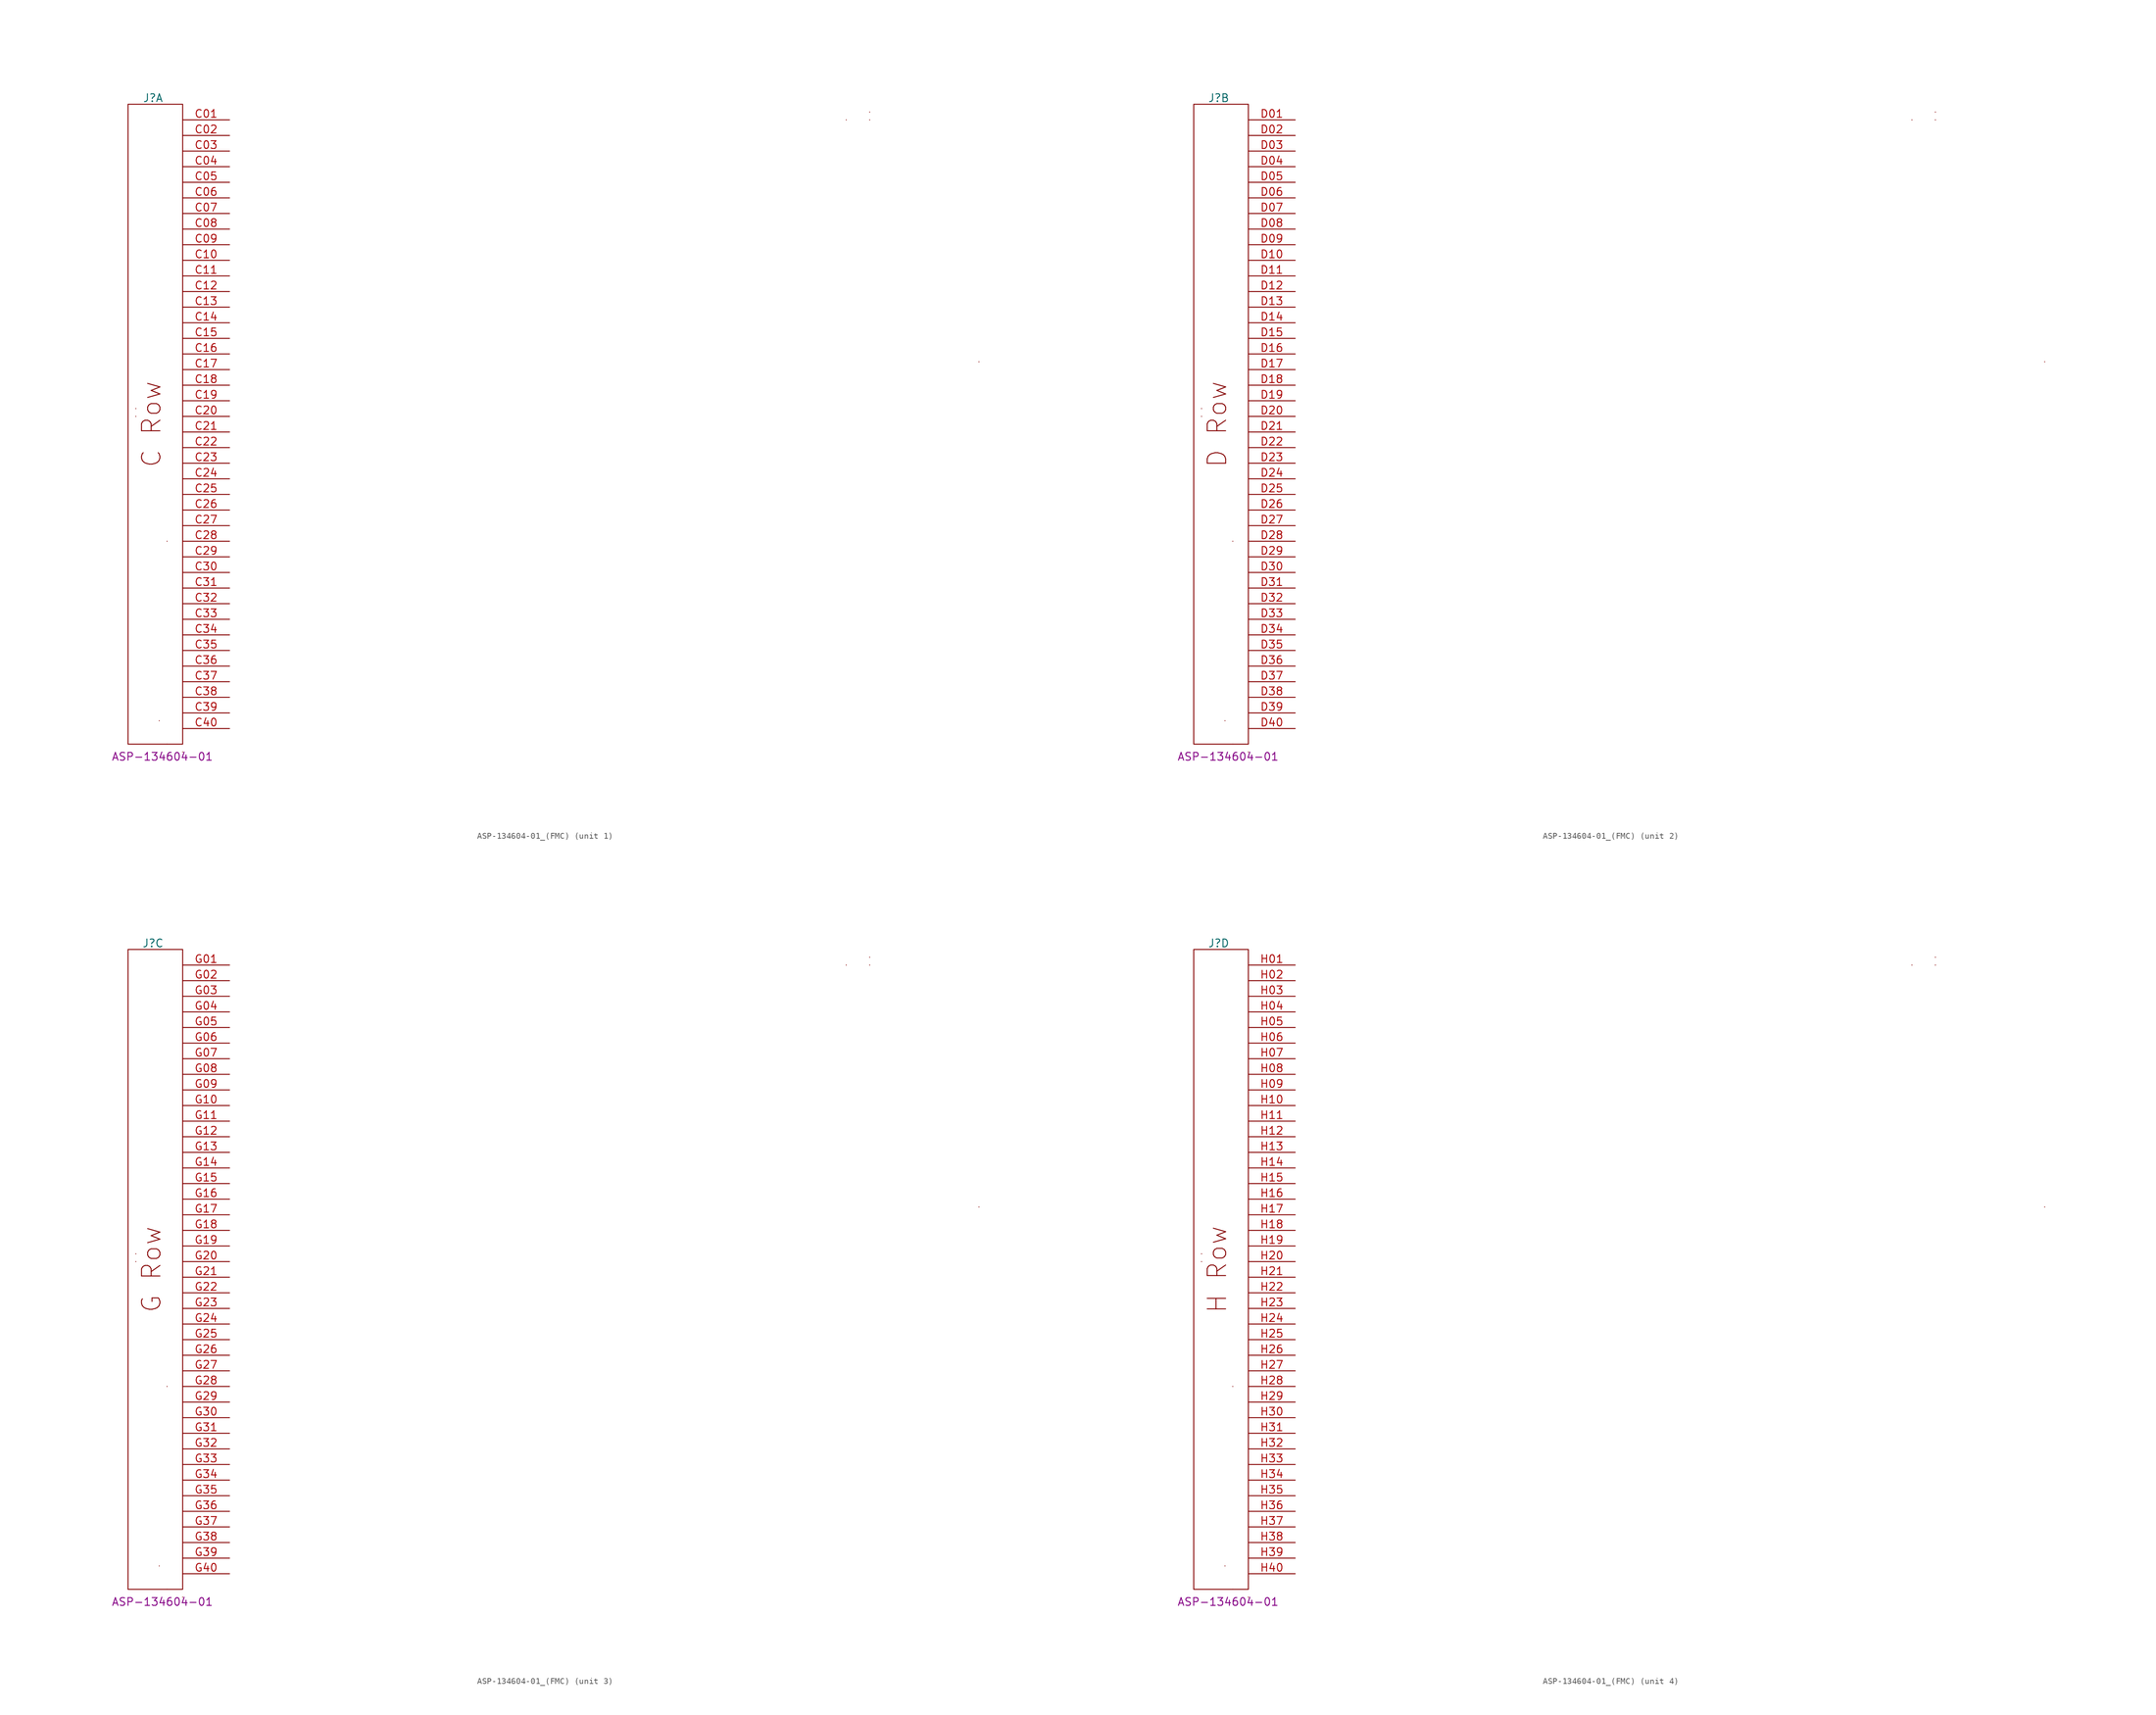
<source format=kicad_sym>
(kicad_symbol_lib
  (version 20220914)
  (generator kicad_symbol_editor)
  (symbol "ASP-134604-01_(FMC)"
    (pin_names
      (offset 1.016))
    (property "Reference" "J"
      (at 4.064 1.016 0)
      (effects (font (size 1.27 1.27))))
    (property "Datasheet" ""
      (at 6.35 0 0)
      (effects (font (size 1.524 1.524))))
    (property "Component Value" "ASP-134604-01"
      (at 5.588 -106.172 0)
      (effects (font (size 1.27 1.27))))
    (symbol "ASP-134604-01_(FMC)_0_1"
      (rectangle (start 1.27 -50.8) (end 1.27 -50.8) (stroke (width 0) (type default)) (fill (type none)))
      (rectangle (start 1.27 -49.53) (end 1.27 -49.53) (stroke (width 0) (type default)) (fill (type none)))
      (rectangle (start 5.08 -100.33) (end 5.08 -100.33) (stroke (width 0) (type default)) (fill (type none)))
      (rectangle (start 6.35 -104.14) (end 6.35 -104.14) (stroke (width 0) (type default)) (fill (type none)))
      (rectangle (start 6.35 -71.12) (end 6.35 -71.12) (stroke (width 0) (type default)) (fill (type none)))
      (rectangle (start 8.89 -105.41) (end 8.89 -105.41) (stroke (width 0) (type default)) (fill (type none)))
      (rectangle (start 8.89 -104.14) (end 0 0) (stroke (width 0) (type default)) (fill (type none)))
      (rectangle (start 116.84 -2.54) (end 116.84 -2.54) (stroke (width 0) (type default)) (fill (type none)))
      (rectangle (start 120.65 -2.54) (end 120.65 -2.54) (stroke (width 0) (type default)) (fill (type none)))
      (rectangle (start 120.65 -1.27) (end 120.65 -1.27) (stroke (width 0) (type default)) (fill (type none)))
      (rectangle (start 138.43 -41.91) (end 138.43 -41.91) (stroke (width 0) (type default)) (fill (type none))))
    (symbol "ASP-134604-01_(FMC)_1_1"
      (text "C Row" (at 3.81 -52.07 900) (effects (font (size 2.997 2.997))))
      (pin bidirectional line (at 16.51 -2.54 180) (length 7.62) (name "~" (effects (font (size 1.27 1.27)))) (number "C01" (effects (font (size 1.27 1.27)))))
      (pin bidirectional line (at 16.51 -5.08 180) (length 7.62) (name "~" (effects (font (size 1.27 1.27)))) (number "C02" (effects (font (size 1.27 1.27)))))
      (pin bidirectional line (at 16.51 -7.62 180) (length 7.62) (name "~" (effects (font (size 1.27 1.27)))) (number "C03" (effects (font (size 1.27 1.27)))))
      (pin bidirectional line (at 16.51 -10.16 180) (length 7.62) (name "~" (effects (font (size 1.27 1.27)))) (number "C04" (effects (font (size 1.27 1.27)))))
      (pin bidirectional line (at 16.51 -12.7 180) (length 7.62) (name "~" (effects (font (size 1.27 1.27)))) (number "C05" (effects (font (size 1.27 1.27)))))
      (pin bidirectional line (at 16.51 -15.24 180) (length 7.62) (name "~" (effects (font (size 1.27 1.27)))) (number "C06" (effects (font (size 1.27 1.27)))))
      (pin bidirectional line (at 16.51 -17.78 180) (length 7.62) (name "~" (effects (font (size 1.27 1.27)))) (number "C07" (effects (font (size 1.27 1.27)))))
      (pin bidirectional line (at 16.51 -20.32 180) (length 7.62) (name "~" (effects (font (size 1.27 1.27)))) (number "C08" (effects (font (size 1.27 1.27)))))
      (pin bidirectional line (at 16.51 -22.86 180) (length 7.62) (name "~" (effects (font (size 1.27 1.27)))) (number "C09" (effects (font (size 1.27 1.27)))))
      (pin bidirectional line (at 16.51 -25.4 180) (length 7.62) (name "~" (effects (font (size 1.27 1.27)))) (number "C10" (effects (font (size 1.27 1.27)))))
      (pin bidirectional line (at 16.51 -27.94 180) (length 7.62) (name "~" (effects (font (size 1.27 1.27)))) (number "C11" (effects (font (size 1.27 1.27)))))
      (pin bidirectional line (at 16.51 -30.48 180) (length 7.62) (name "~" (effects (font (size 1.27 1.27)))) (number "C12" (effects (font (size 1.27 1.27)))))
      (pin bidirectional line (at 16.51 -33.02 180) (length 7.62) (name "~" (effects (font (size 1.27 1.27)))) (number "C13" (effects (font (size 1.27 1.27)))))
      (pin bidirectional line (at 16.51 -35.56 180) (length 7.62) (name "~" (effects (font (size 1.27 1.27)))) (number "C14" (effects (font (size 1.27 1.27)))))
      (pin bidirectional line (at 16.51 -38.1 180) (length 7.62) (name "~" (effects (font (size 1.27 1.27)))) (number "C15" (effects (font (size 1.27 1.27)))))
      (pin bidirectional line (at 16.51 -40.64 180) (length 7.62) (name "~" (effects (font (size 1.27 1.27)))) (number "C16" (effects (font (size 1.27 1.27)))))
      (pin bidirectional line (at 16.51 -43.18 180) (length 7.62) (name "~" (effects (font (size 1.27 1.27)))) (number "C17" (effects (font (size 1.27 1.27)))))
      (pin output line (at 16.51 -45.72 180) (length 7.62) (name "~" (effects (font (size 1.27 1.27)))) (number "C18" (effects (font (size 1.27 1.27)))))
      (pin bidirectional line (at 16.51 -48.26 180) (length 7.62) (name "~" (effects (font (size 1.27 1.27)))) (number "C19" (effects (font (size 1.27 1.27)))))
      (pin bidirectional line (at 16.51 -50.8 180) (length 7.62) (name "~" (effects (font (size 1.27 1.27)))) (number "C20" (effects (font (size 1.27 1.27)))))
      (pin bidirectional line (at 16.51 -53.34 180) (length 7.62) (name "~" (effects (font (size 1.27 1.27)))) (number "C21" (effects (font (size 1.27 1.27)))))
      (pin bidirectional line (at 16.51 -55.88 180) (length 7.62) (name "~" (effects (font (size 1.27 1.27)))) (number "C22" (effects (font (size 1.27 1.27)))))
      (pin bidirectional line (at 16.51 -58.42 180) (length 7.62) (name "~" (effects (font (size 1.27 1.27)))) (number "C23" (effects (font (size 1.27 1.27)))))
      (pin bidirectional line (at 16.51 -60.96 180) (length 7.62) (name "~" (effects (font (size 1.27 1.27)))) (number "C24" (effects (font (size 1.27 1.27)))))
      (pin bidirectional line (at 16.51 -63.5 180) (length 7.62) (name "~" (effects (font (size 1.27 1.27)))) (number "C25" (effects (font (size 1.27 1.27)))))
      (pin bidirectional line (at 16.51 -66.04 180) (length 7.62) (name "~" (effects (font (size 1.27 1.27)))) (number "C26" (effects (font (size 1.27 1.27)))))
      (pin bidirectional line (at 16.51 -68.58 180) (length 7.62) (name "~" (effects (font (size 1.27 1.27)))) (number "C27" (effects (font (size 1.27 1.27)))))
      (pin bidirectional line (at 16.51 -71.12 180) (length 7.62) (name "~" (effects (font (size 1.27 1.27)))) (number "C28" (effects (font (size 1.27 1.27)))))
      (pin bidirectional line (at 16.51 -73.66 180) (length 7.62) (name "~" (effects (font (size 1.27 1.27)))) (number "C29" (effects (font (size 1.27 1.27)))))
      (pin bidirectional line (at 16.51 -76.2 180) (length 7.62) (name "~" (effects (font (size 1.27 1.27)))) (number "C30" (effects (font (size 1.27 1.27)))))
      (pin bidirectional line (at 16.51 -78.74 180) (length 7.62) (name "~" (effects (font (size 1.27 1.27)))) (number "C31" (effects (font (size 1.27 1.27)))))
      (pin bidirectional line (at 16.51 -81.28 180) (length 7.62) (name "~" (effects (font (size 1.27 1.27)))) (number "C32" (effects (font (size 1.27 1.27)))))
      (pin bidirectional line (at 16.51 -83.82 180) (length 7.62) (name "~" (effects (font (size 1.27 1.27)))) (number "C33" (effects (font (size 1.27 1.27)))))
      (pin bidirectional line (at 16.51 -86.36 180) (length 7.62) (name "~" (effects (font (size 1.27 1.27)))) (number "C34" (effects (font (size 1.27 1.27)))))
      (pin power_in line (at 16.51 -88.9 180) (length 7.62) (name "~" (effects (font (size 1.27 1.27)))) (number "C35" (effects (font (size 1.27 1.27)))))
      (pin bidirectional line (at 16.51 -91.44 180) (length 7.62) (name "~" (effects (font (size 1.27 1.27)))) (number "C36" (effects (font (size 1.27 1.27)))))
      (pin bidirectional line (at 16.51 -93.98 180) (length 7.62) (name "~" (effects (font (size 1.27 1.27)))) (number "C37" (effects (font (size 1.27 1.27)))))
      (pin bidirectional line (at 16.51 -96.52 180) (length 7.62) (name "~" (effects (font (size 1.27 1.27)))) (number "C38" (effects (font (size 1.27 1.27)))))
      (pin bidirectional line (at 16.51 -99.06 180) (length 7.62) (name "~" (effects (font (size 1.27 1.27)))) (number "C39" (effects (font (size 1.27 1.27)))))
      (pin bidirectional line (at 16.51 -101.6 180) (length 7.62) (name "~" (effects (font (size 1.27 1.27)))) (number "C40" (effects (font (size 1.27 1.27))))))
    (symbol "ASP-134604-01_(FMC)_2_1"
      (text "D Row" (at 3.81 -52.07 900) (effects (font (size 2.997 2.997))))
      (pin bidirectional line (at 16.51 -2.54 180) (length 7.62) (name "~" (effects (font (size 1.27 1.27)))) (number "D01" (effects (font (size 1.27 1.27)))))
      (pin bidirectional line (at 16.51 -5.08 180) (length 7.62) (name "~" (effects (font (size 1.27 1.27)))) (number "D02" (effects (font (size 1.27 1.27)))))
      (pin bidirectional line (at 16.51 -7.62 180) (length 7.62) (name "~" (effects (font (size 1.27 1.27)))) (number "D03" (effects (font (size 1.27 1.27)))))
      (pin bidirectional line (at 16.51 -10.16 180) (length 7.62) (name "~" (effects (font (size 1.27 1.27)))) (number "D04" (effects (font (size 1.27 1.27)))))
      (pin bidirectional line (at 16.51 -12.7 180) (length 7.62) (name "~" (effects (font (size 1.27 1.27)))) (number "D05" (effects (font (size 1.27 1.27)))))
      (pin bidirectional line (at 16.51 -15.24 180) (length 7.62) (name "~" (effects (font (size 1.27 1.27)))) (number "D06" (effects (font (size 1.27 1.27)))))
      (pin bidirectional line (at 16.51 -17.78 180) (length 7.62) (name "~" (effects (font (size 1.27 1.27)))) (number "D07" (effects (font (size 1.27 1.27)))))
      (pin bidirectional line (at 16.51 -20.32 180) (length 7.62) (name "~" (effects (font (size 1.27 1.27)))) (number "D08" (effects (font (size 1.27 1.27)))))
      (pin bidirectional line (at 16.51 -22.86 180) (length 7.62) (name "~" (effects (font (size 1.27 1.27)))) (number "D09" (effects (font (size 1.27 1.27)))))
      (pin bidirectional line (at 16.51 -25.4 180) (length 7.62) (name "~" (effects (font (size 1.27 1.27)))) (number "D10" (effects (font (size 1.27 1.27)))))
      (pin bidirectional line (at 16.51 -27.94 180) (length 7.62) (name "~" (effects (font (size 1.27 1.27)))) (number "D11" (effects (font (size 1.27 1.27)))))
      (pin bidirectional line (at 16.51 -30.48 180) (length 7.62) (name "~" (effects (font (size 1.27 1.27)))) (number "D12" (effects (font (size 1.27 1.27)))))
      (pin bidirectional line (at 16.51 -33.02 180) (length 7.62) (name "~" (effects (font (size 1.27 1.27)))) (number "D13" (effects (font (size 1.27 1.27)))))
      (pin bidirectional line (at 16.51 -35.56 180) (length 7.62) (name "~" (effects (font (size 1.27 1.27)))) (number "D14" (effects (font (size 1.27 1.27)))))
      (pin bidirectional line (at 16.51 -38.1 180) (length 7.62) (name "~" (effects (font (size 1.27 1.27)))) (number "D15" (effects (font (size 1.27 1.27)))))
      (pin bidirectional line (at 16.51 -40.64 180) (length 7.62) (name "~" (effects (font (size 1.27 1.27)))) (number "D16" (effects (font (size 1.27 1.27)))))
      (pin bidirectional line (at 16.51 -43.18 180) (length 7.62) (name "~" (effects (font (size 1.27 1.27)))) (number "D17" (effects (font (size 1.27 1.27)))))
      (pin output line (at 16.51 -45.72 180) (length 7.62) (name "~" (effects (font (size 1.27 1.27)))) (number "D18" (effects (font (size 1.27 1.27)))))
      (pin bidirectional line (at 16.51 -48.26 180) (length 7.62) (name "~" (effects (font (size 1.27 1.27)))) (number "D19" (effects (font (size 1.27 1.27)))))
      (pin bidirectional line (at 16.51 -50.8 180) (length 7.62) (name "~" (effects (font (size 1.27 1.27)))) (number "D20" (effects (font (size 1.27 1.27)))))
      (pin bidirectional line (at 16.51 -53.34 180) (length 7.62) (name "~" (effects (font (size 1.27 1.27)))) (number "D21" (effects (font (size 1.27 1.27)))))
      (pin bidirectional line (at 16.51 -55.88 180) (length 7.62) (name "~" (effects (font (size 1.27 1.27)))) (number "D22" (effects (font (size 1.27 1.27)))))
      (pin bidirectional line (at 16.51 -58.42 180) (length 7.62) (name "~" (effects (font (size 1.27 1.27)))) (number "D23" (effects (font (size 1.27 1.27)))))
      (pin bidirectional line (at 16.51 -60.96 180) (length 7.62) (name "~" (effects (font (size 1.27 1.27)))) (number "D24" (effects (font (size 1.27 1.27)))))
      (pin bidirectional line (at 16.51 -63.5 180) (length 7.62) (name "~" (effects (font (size 1.27 1.27)))) (number "D25" (effects (font (size 1.27 1.27)))))
      (pin bidirectional line (at 16.51 -66.04 180) (length 7.62) (name "~" (effects (font (size 1.27 1.27)))) (number "D26" (effects (font (size 1.27 1.27)))))
      (pin bidirectional line (at 16.51 -68.58 180) (length 7.62) (name "~" (effects (font (size 1.27 1.27)))) (number "D27" (effects (font (size 1.27 1.27)))))
      (pin bidirectional line (at 16.51 -71.12 180) (length 7.62) (name "~" (effects (font (size 1.27 1.27)))) (number "D28" (effects (font (size 1.27 1.27)))))
      (pin bidirectional line (at 16.51 -73.66 180) (length 7.62) (name "~" (effects (font (size 1.27 1.27)))) (number "D29" (effects (font (size 1.27 1.27)))))
      (pin bidirectional line (at 16.51 -76.2 180) (length 7.62) (name "~" (effects (font (size 1.27 1.27)))) (number "D30" (effects (font (size 1.27 1.27)))))
      (pin bidirectional line (at 16.51 -78.74 180) (length 7.62) (name "~" (effects (font (size 1.27 1.27)))) (number "D31" (effects (font (size 1.27 1.27)))))
      (pin bidirectional line (at 16.51 -81.28 180) (length 7.62) (name "~" (effects (font (size 1.27 1.27)))) (number "D32" (effects (font (size 1.27 1.27)))))
      (pin bidirectional line (at 16.51 -83.82 180) (length 7.62) (name "~" (effects (font (size 1.27 1.27)))) (number "D33" (effects (font (size 1.27 1.27)))))
      (pin bidirectional line (at 16.51 -86.36 180) (length 7.62) (name "~" (effects (font (size 1.27 1.27)))) (number "D34" (effects (font (size 1.27 1.27)))))
      (pin power_in line (at 16.51 -88.9 180) (length 7.62) (name "~" (effects (font (size 1.27 1.27)))) (number "D35" (effects (font (size 1.27 1.27)))))
      (pin bidirectional line (at 16.51 -91.44 180) (length 7.62) (name "~" (effects (font (size 1.27 1.27)))) (number "D36" (effects (font (size 1.27 1.27)))))
      (pin bidirectional line (at 16.51 -93.98 180) (length 7.62) (name "~" (effects (font (size 1.27 1.27)))) (number "D37" (effects (font (size 1.27 1.27)))))
      (pin bidirectional line (at 16.51 -96.52 180) (length 7.62) (name "~" (effects (font (size 1.27 1.27)))) (number "D38" (effects (font (size 1.27 1.27)))))
      (pin bidirectional line (at 16.51 -99.06 180) (length 7.62) (name "~" (effects (font (size 1.27 1.27)))) (number "D39" (effects (font (size 1.27 1.27)))))
      (pin bidirectional line (at 16.51 -101.6 180) (length 7.62) (name "~" (effects (font (size 1.27 1.27)))) (number "D40" (effects (font (size 1.27 1.27))))))
    (symbol "ASP-134604-01_(FMC)_3_1"
      (text "G Row" (at 3.81 -52.07 900) (effects (font (size 2.997 2.997))))
      (pin bidirectional line (at 16.51 -2.54 180) (length 7.62) (name "~" (effects (font (size 1.27 1.27)))) (number "G01" (effects (font (size 1.27 1.27)))))
      (pin bidirectional line (at 16.51 -5.08 180) (length 7.62) (name "~" (effects (font (size 1.27 1.27)))) (number "G02" (effects (font (size 1.27 1.27)))))
      (pin bidirectional line (at 16.51 -7.62 180) (length 7.62) (name "~" (effects (font (size 1.27 1.27)))) (number "G03" (effects (font (size 1.27 1.27)))))
      (pin bidirectional line (at 16.51 -10.16 180) (length 7.62) (name "~" (effects (font (size 1.27 1.27)))) (number "G04" (effects (font (size 1.27 1.27)))))
      (pin bidirectional line (at 16.51 -12.7 180) (length 7.62) (name "~" (effects (font (size 1.27 1.27)))) (number "G05" (effects (font (size 1.27 1.27)))))
      (pin bidirectional line (at 16.51 -15.24 180) (length 7.62) (name "~" (effects (font (size 1.27 1.27)))) (number "G06" (effects (font (size 1.27 1.27)))))
      (pin bidirectional line (at 16.51 -17.78 180) (length 7.62) (name "~" (effects (font (size 1.27 1.27)))) (number "G07" (effects (font (size 1.27 1.27)))))
      (pin bidirectional line (at 16.51 -20.32 180) (length 7.62) (name "~" (effects (font (size 1.27 1.27)))) (number "G08" (effects (font (size 1.27 1.27)))))
      (pin bidirectional line (at 16.51 -22.86 180) (length 7.62) (name "~" (effects (font (size 1.27 1.27)))) (number "G09" (effects (font (size 1.27 1.27)))))
      (pin bidirectional line (at 16.51 -25.4 180) (length 7.62) (name "~" (effects (font (size 1.27 1.27)))) (number "G10" (effects (font (size 1.27 1.27)))))
      (pin bidirectional line (at 16.51 -27.94 180) (length 7.62) (name "~" (effects (font (size 1.27 1.27)))) (number "G11" (effects (font (size 1.27 1.27)))))
      (pin bidirectional line (at 16.51 -30.48 180) (length 7.62) (name "~" (effects (font (size 1.27 1.27)))) (number "G12" (effects (font (size 1.27 1.27)))))
      (pin bidirectional line (at 16.51 -33.02 180) (length 7.62) (name "~" (effects (font (size 1.27 1.27)))) (number "G13" (effects (font (size 1.27 1.27)))))
      (pin bidirectional line (at 16.51 -35.56 180) (length 7.62) (name "~" (effects (font (size 1.27 1.27)))) (number "G14" (effects (font (size 1.27 1.27)))))
      (pin bidirectional line (at 16.51 -38.1 180) (length 7.62) (name "~" (effects (font (size 1.27 1.27)))) (number "G15" (effects (font (size 1.27 1.27)))))
      (pin bidirectional line (at 16.51 -40.64 180) (length 7.62) (name "~" (effects (font (size 1.27 1.27)))) (number "G16" (effects (font (size 1.27 1.27)))))
      (pin bidirectional line (at 16.51 -43.18 180) (length 7.62) (name "~" (effects (font (size 1.27 1.27)))) (number "G17" (effects (font (size 1.27 1.27)))))
      (pin output line (at 16.51 -45.72 180) (length 7.62) (name "~" (effects (font (size 1.27 1.27)))) (number "G18" (effects (font (size 1.27 1.27)))))
      (pin bidirectional line (at 16.51 -48.26 180) (length 7.62) (name "~" (effects (font (size 1.27 1.27)))) (number "G19" (effects (font (size 1.27 1.27)))))
      (pin bidirectional line (at 16.51 -50.8 180) (length 7.62) (name "~" (effects (font (size 1.27 1.27)))) (number "G20" (effects (font (size 1.27 1.27)))))
      (pin bidirectional line (at 16.51 -53.34 180) (length 7.62) (name "~" (effects (font (size 1.27 1.27)))) (number "G21" (effects (font (size 1.27 1.27)))))
      (pin bidirectional line (at 16.51 -55.88 180) (length 7.62) (name "~" (effects (font (size 1.27 1.27)))) (number "G22" (effects (font (size 1.27 1.27)))))
      (pin bidirectional line (at 16.51 -58.42 180) (length 7.62) (name "~" (effects (font (size 1.27 1.27)))) (number "G23" (effects (font (size 1.27 1.27)))))
      (pin bidirectional line (at 16.51 -60.96 180) (length 7.62) (name "~" (effects (font (size 1.27 1.27)))) (number "G24" (effects (font (size 1.27 1.27)))))
      (pin bidirectional line (at 16.51 -63.5 180) (length 7.62) (name "~" (effects (font (size 1.27 1.27)))) (number "G25" (effects (font (size 1.27 1.27)))))
      (pin bidirectional line (at 16.51 -66.04 180) (length 7.62) (name "~" (effects (font (size 1.27 1.27)))) (number "G26" (effects (font (size 1.27 1.27)))))
      (pin bidirectional line (at 16.51 -68.58 180) (length 7.62) (name "~" (effects (font (size 1.27 1.27)))) (number "G27" (effects (font (size 1.27 1.27)))))
      (pin bidirectional line (at 16.51 -71.12 180) (length 7.62) (name "~" (effects (font (size 1.27 1.27)))) (number "G28" (effects (font (size 1.27 1.27)))))
      (pin bidirectional line (at 16.51 -73.66 180) (length 7.62) (name "~" (effects (font (size 1.27 1.27)))) (number "G29" (effects (font (size 1.27 1.27)))))
      (pin bidirectional line (at 16.51 -76.2 180) (length 7.62) (name "~" (effects (font (size 1.27 1.27)))) (number "G30" (effects (font (size 1.27 1.27)))))
      (pin bidirectional line (at 16.51 -78.74 180) (length 7.62) (name "~" (effects (font (size 1.27 1.27)))) (number "G31" (effects (font (size 1.27 1.27)))))
      (pin bidirectional line (at 16.51 -81.28 180) (length 7.62) (name "~" (effects (font (size 1.27 1.27)))) (number "G32" (effects (font (size 1.27 1.27)))))
      (pin bidirectional line (at 16.51 -83.82 180) (length 7.62) (name "~" (effects (font (size 1.27 1.27)))) (number "G33" (effects (font (size 1.27 1.27)))))
      (pin bidirectional line (at 16.51 -86.36 180) (length 7.62) (name "~" (effects (font (size 1.27 1.27)))) (number "G34" (effects (font (size 1.27 1.27)))))
      (pin power_in line (at 16.51 -88.9 180) (length 7.62) (name "~" (effects (font (size 1.27 1.27)))) (number "G35" (effects (font (size 1.27 1.27)))))
      (pin bidirectional line (at 16.51 -91.44 180) (length 7.62) (name "~" (effects (font (size 1.27 1.27)))) (number "G36" (effects (font (size 1.27 1.27)))))
      (pin bidirectional line (at 16.51 -93.98 180) (length 7.62) (name "~" (effects (font (size 1.27 1.27)))) (number "G37" (effects (font (size 1.27 1.27)))))
      (pin bidirectional line (at 16.51 -96.52 180) (length 7.62) (name "~" (effects (font (size 1.27 1.27)))) (number "G38" (effects (font (size 1.27 1.27)))))
      (pin bidirectional line (at 16.51 -99.06 180) (length 7.62) (name "~" (effects (font (size 1.27 1.27)))) (number "G39" (effects (font (size 1.27 1.27)))))
      (pin bidirectional line (at 16.51 -101.6 180) (length 7.62) (name "~" (effects (font (size 1.27 1.27)))) (number "G40" (effects (font (size 1.27 1.27))))))
    (symbol "ASP-134604-01_(FMC)_4_1"
      (text "H Row" (at 3.81 -52.07 900) (effects (font (size 2.997 2.997))))
      (pin bidirectional line (at 16.51 -2.54 180) (length 7.62) (name "~" (effects (font (size 1.27 1.27)))) (number "H01" (effects (font (size 1.27 1.27)))))
      (pin bidirectional line (at 16.51 -5.08 180) (length 7.62) (name "~" (effects (font (size 1.27 1.27)))) (number "H02" (effects (font (size 1.27 1.27)))))
      (pin bidirectional line (at 16.51 -7.62 180) (length 7.62) (name "~" (effects (font (size 1.27 1.27)))) (number "H03" (effects (font (size 1.27 1.27)))))
      (pin bidirectional line (at 16.51 -10.16 180) (length 7.62) (name "~" (effects (font (size 1.27 1.27)))) (number "H04" (effects (font (size 1.27 1.27)))))
      (pin bidirectional line (at 16.51 -12.7 180) (length 7.62) (name "~" (effects (font (size 1.27 1.27)))) (number "H05" (effects (font (size 1.27 1.27)))))
      (pin bidirectional line (at 16.51 -15.24 180) (length 7.62) (name "~" (effects (font (size 1.27 1.27)))) (number "H06" (effects (font (size 1.27 1.27)))))
      (pin bidirectional line (at 16.51 -17.78 180) (length 7.62) (name "~" (effects (font (size 1.27 1.27)))) (number "H07" (effects (font (size 1.27 1.27)))))
      (pin bidirectional line (at 16.51 -20.32 180) (length 7.62) (name "~" (effects (font (size 1.27 1.27)))) (number "H08" (effects (font (size 1.27 1.27)))))
      (pin bidirectional line (at 16.51 -22.86 180) (length 7.62) (name "~" (effects (font (size 1.27 1.27)))) (number "H09" (effects (font (size 1.27 1.27)))))
      (pin bidirectional line (at 16.51 -25.4 180) (length 7.62) (name "~" (effects (font (size 1.27 1.27)))) (number "H10" (effects (font (size 1.27 1.27)))))
      (pin bidirectional line (at 16.51 -27.94 180) (length 7.62) (name "~" (effects (font (size 1.27 1.27)))) (number "H11" (effects (font (size 1.27 1.27)))))
      (pin bidirectional line (at 16.51 -30.48 180) (length 7.62) (name "~" (effects (font (size 1.27 1.27)))) (number "H12" (effects (font (size 1.27 1.27)))))
      (pin bidirectional line (at 16.51 -33.02 180) (length 7.62) (name "~" (effects (font (size 1.27 1.27)))) (number "H13" (effects (font (size 1.27 1.27)))))
      (pin bidirectional line (at 16.51 -35.56 180) (length 7.62) (name "~" (effects (font (size 1.27 1.27)))) (number "H14" (effects (font (size 1.27 1.27)))))
      (pin bidirectional line (at 16.51 -38.1 180) (length 7.62) (name "~" (effects (font (size 1.27 1.27)))) (number "H15" (effects (font (size 1.27 1.27)))))
      (pin bidirectional line (at 16.51 -40.64 180) (length 7.62) (name "~" (effects (font (size 1.27 1.27)))) (number "H16" (effects (font (size 1.27 1.27)))))
      (pin bidirectional line (at 16.51 -43.18 180) (length 7.62) (name "~" (effects (font (size 1.27 1.27)))) (number "H17" (effects (font (size 1.27 1.27)))))
      (pin output line (at 16.51 -45.72 180) (length 7.62) (name "~" (effects (font (size 1.27 1.27)))) (number "H18" (effects (font (size 1.27 1.27)))))
      (pin bidirectional line (at 16.51 -48.26 180) (length 7.62) (name "~" (effects (font (size 1.27 1.27)))) (number "H19" (effects (font (size 1.27 1.27)))))
      (pin bidirectional line (at 16.51 -50.8 180) (length 7.62) (name "~" (effects (font (size 1.27 1.27)))) (number "H20" (effects (font (size 1.27 1.27)))))
      (pin bidirectional line (at 16.51 -53.34 180) (length 7.62) (name "~" (effects (font (size 1.27 1.27)))) (number "H21" (effects (font (size 1.27 1.27)))))
      (pin bidirectional line (at 16.51 -55.88 180) (length 7.62) (name "~" (effects (font (size 1.27 1.27)))) (number "H22" (effects (font (size 1.27 1.27)))))
      (pin bidirectional line (at 16.51 -58.42 180) (length 7.62) (name "~" (effects (font (size 1.27 1.27)))) (number "H23" (effects (font (size 1.27 1.27)))))
      (pin bidirectional line (at 16.51 -60.96 180) (length 7.62) (name "~" (effects (font (size 1.27 1.27)))) (number "H24" (effects (font (size 1.27 1.27)))))
      (pin bidirectional line (at 16.51 -63.5 180) (length 7.62) (name "~" (effects (font (size 1.27 1.27)))) (number "H25" (effects (font (size 1.27 1.27)))))
      (pin bidirectional line (at 16.51 -66.04 180) (length 7.62) (name "~" (effects (font (size 1.27 1.27)))) (number "H26" (effects (font (size 1.27 1.27)))))
      (pin bidirectional line (at 16.51 -68.58 180) (length 7.62) (name "~" (effects (font (size 1.27 1.27)))) (number "H27" (effects (font (size 1.27 1.27)))))
      (pin bidirectional line (at 16.51 -71.12 180) (length 7.62) (name "~" (effects (font (size 1.27 1.27)))) (number "H28" (effects (font (size 1.27 1.27)))))
      (pin bidirectional line (at 16.51 -73.66 180) (length 7.62) (name "~" (effects (font (size 1.27 1.27)))) (number "H29" (effects (font (size 1.27 1.27)))))
      (pin bidirectional line (at 16.51 -76.2 180) (length 7.62) (name "~" (effects (font (size 1.27 1.27)))) (number "H30" (effects (font (size 1.27 1.27)))))
      (pin bidirectional line (at 16.51 -78.74 180) (length 7.62) (name "~" (effects (font (size 1.27 1.27)))) (number "H31" (effects (font (size 1.27 1.27)))))
      (pin bidirectional line (at 16.51 -81.28 180) (length 7.62) (name "~" (effects (font (size 1.27 1.27)))) (number "H32" (effects (font (size 1.27 1.27)))))
      (pin bidirectional line (at 16.51 -83.82 180) (length 7.62) (name "~" (effects (font (size 1.27 1.27)))) (number "H33" (effects (font (size 1.27 1.27)))))
      (pin bidirectional line (at 16.51 -86.36 180) (length 7.62) (name "~" (effects (font (size 1.27 1.27)))) (number "H34" (effects (font (size 1.27 1.27)))))
      (pin power_in line (at 16.51 -88.9 180) (length 7.62) (name "~" (effects (font (size 1.27 1.27)))) (number "H35" (effects (font (size 1.27 1.27)))))
      (pin bidirectional line (at 16.51 -91.44 180) (length 7.62) (name "~" (effects (font (size 1.27 1.27)))) (number "H36" (effects (font (size 1.27 1.27)))))
      (pin bidirectional line (at 16.51 -93.98 180) (length 7.62) (name "~" (effects (font (size 1.27 1.27)))) (number "H37" (effects (font (size 1.27 1.27)))))
      (pin bidirectional line (at 16.51 -96.52 180) (length 7.62) (name "~" (effects (font (size 1.27 1.27)))) (number "H38" (effects (font (size 1.27 1.27)))))
      (pin bidirectional line (at 16.51 -99.06 180) (length 7.62) (name "~" (effects (font (size 1.27 1.27)))) (number "H39" (effects (font (size 1.27 1.27)))))
      (pin bidirectional line (at 16.51 -101.6 180) (length 7.62) (name "~" (effects (font (size 1.27 1.27)))) (number "H40" (effects (font (size 1.27 1.27))))))))
</source>
